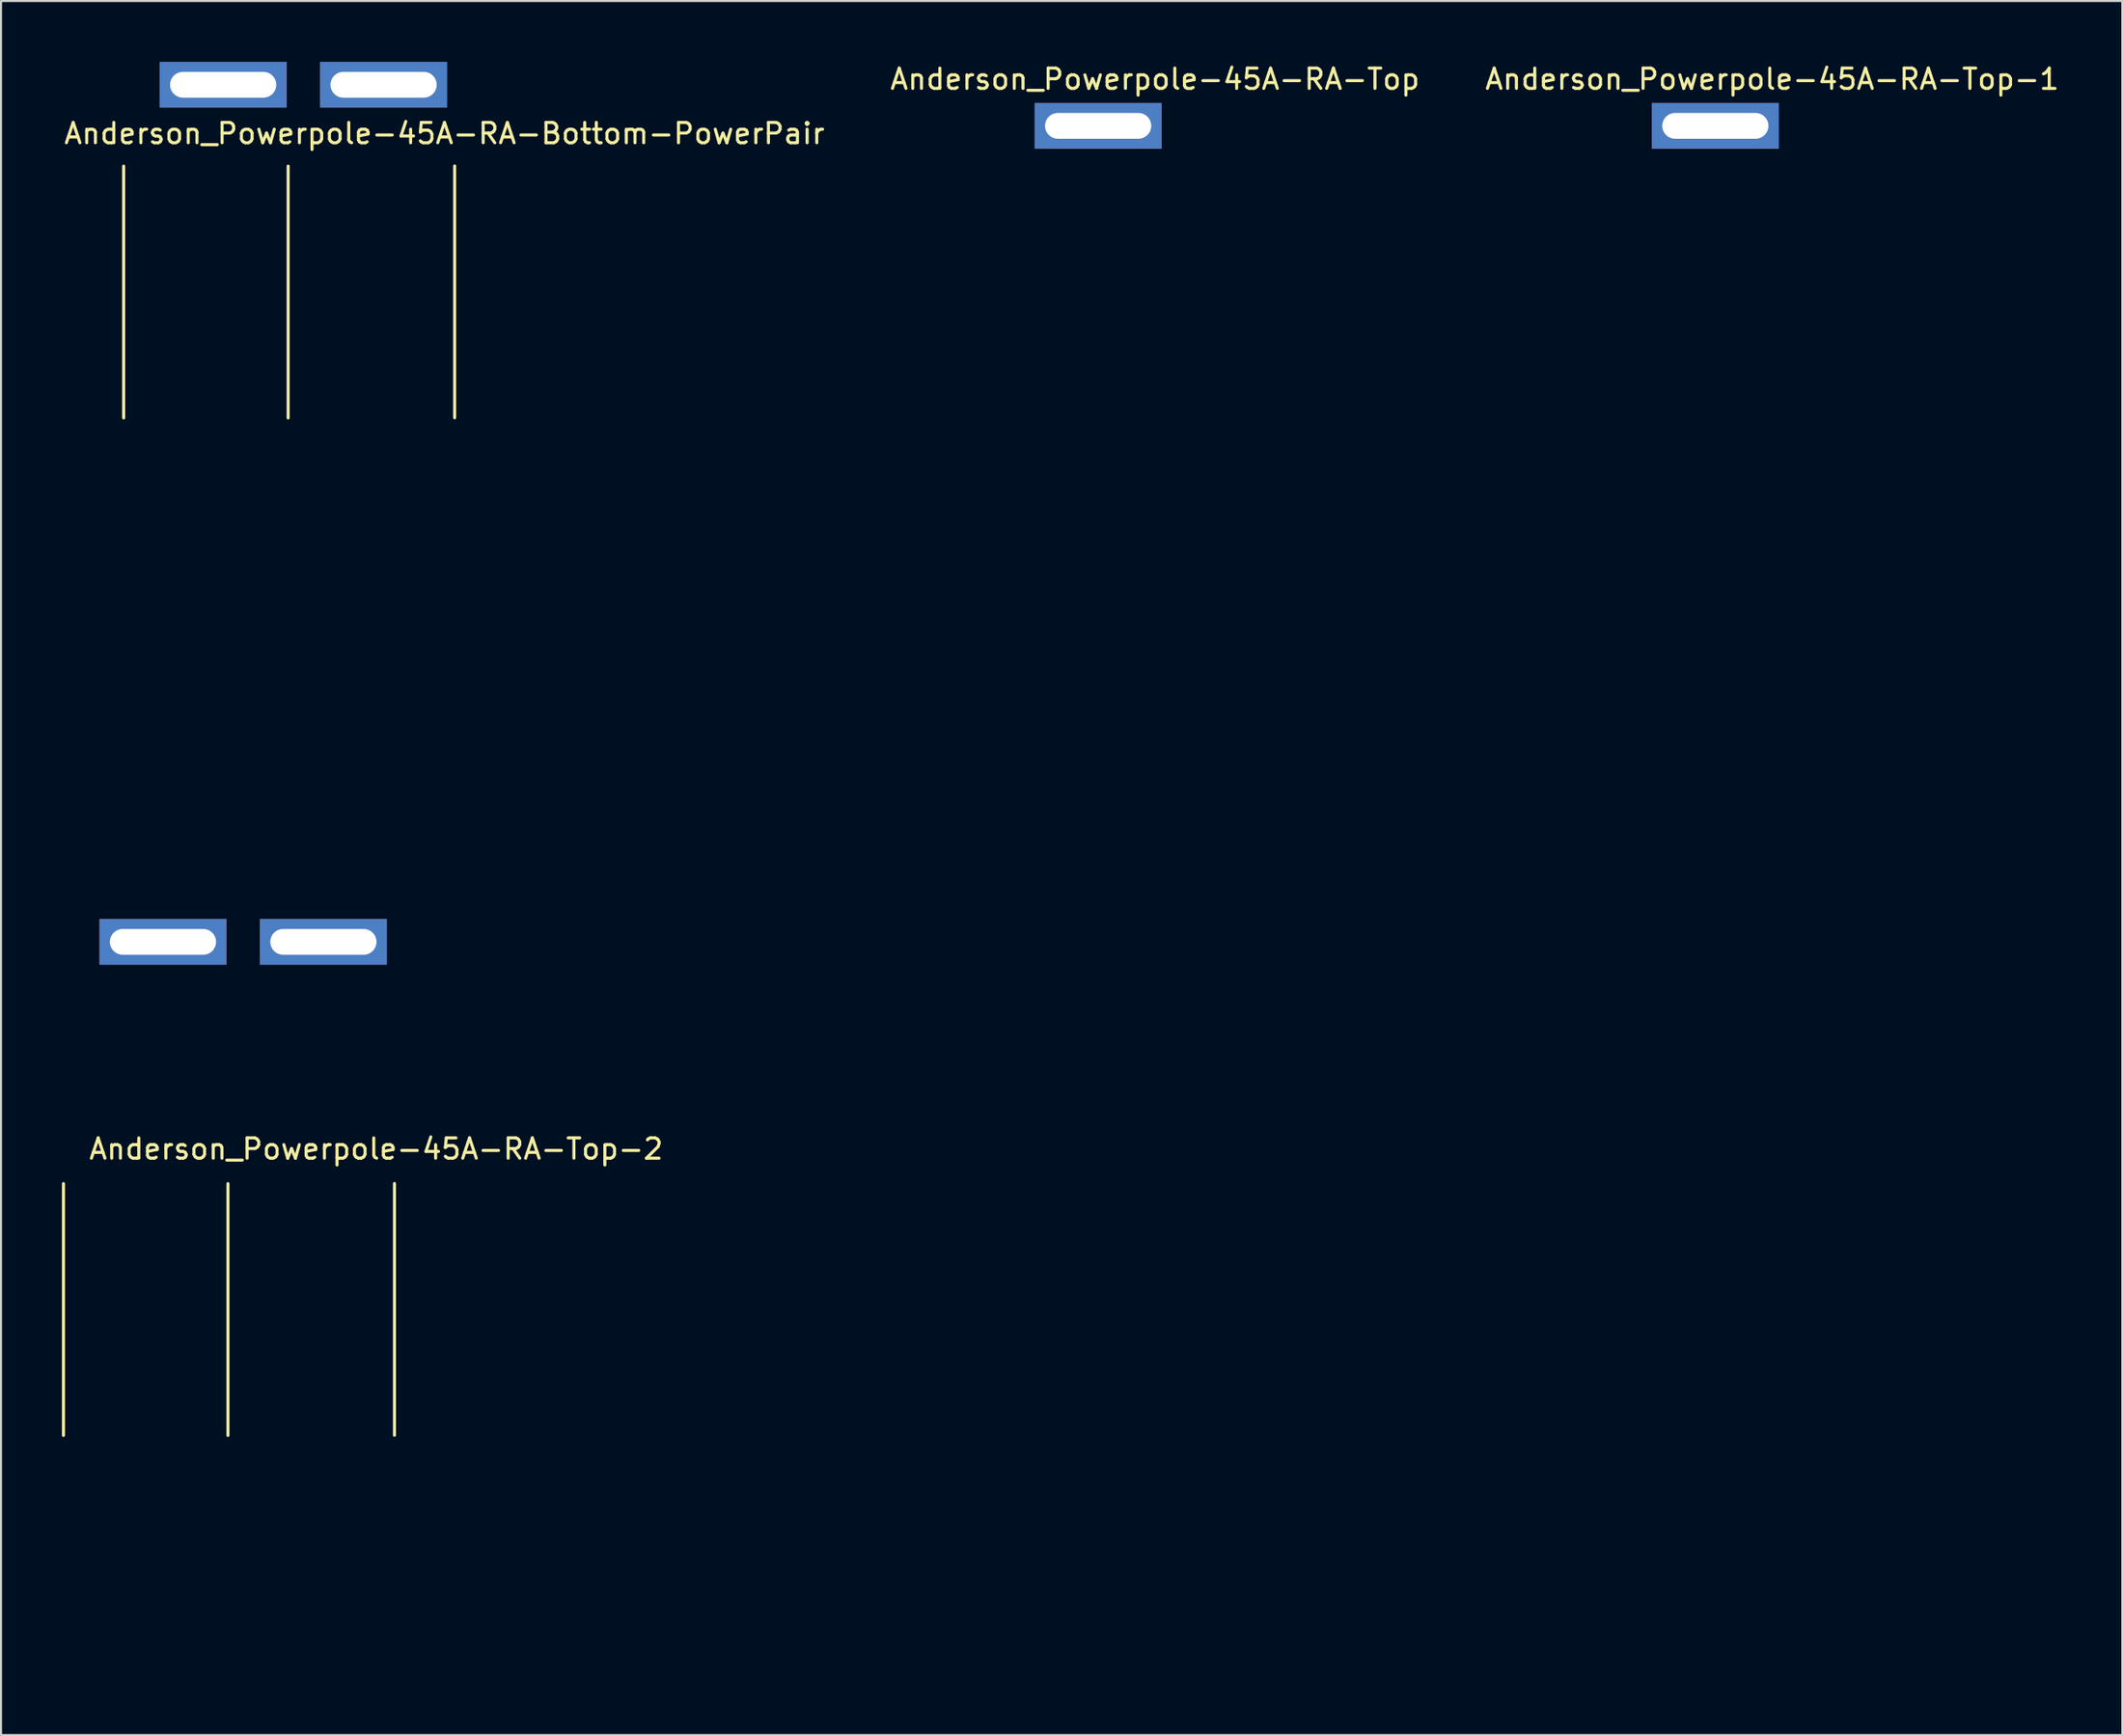
<source format=kicad_pcb>
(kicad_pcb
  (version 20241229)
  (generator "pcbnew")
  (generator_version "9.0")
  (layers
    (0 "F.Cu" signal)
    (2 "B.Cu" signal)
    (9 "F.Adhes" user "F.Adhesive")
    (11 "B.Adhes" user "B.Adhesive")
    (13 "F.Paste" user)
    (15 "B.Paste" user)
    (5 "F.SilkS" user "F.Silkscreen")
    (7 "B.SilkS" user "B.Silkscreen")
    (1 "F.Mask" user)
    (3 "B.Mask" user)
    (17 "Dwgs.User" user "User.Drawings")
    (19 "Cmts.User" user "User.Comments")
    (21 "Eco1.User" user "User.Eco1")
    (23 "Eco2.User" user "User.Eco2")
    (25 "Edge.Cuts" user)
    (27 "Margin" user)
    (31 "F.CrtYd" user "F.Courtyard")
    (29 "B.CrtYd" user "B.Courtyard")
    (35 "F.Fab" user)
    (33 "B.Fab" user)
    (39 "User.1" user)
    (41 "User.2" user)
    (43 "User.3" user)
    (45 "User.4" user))
  (footprint "Anderson_Powerpole-45A-RA-Top"
    (layer "F.Cu")
    (at 51.027 3.148)
    (property "Reference" "Anderson_Powerpole-45A-RA-Top" (at 2.8 -2.3 0) (layer "F.SilkS") (effects (font (size 1 1) (thickness 0.15))))
    (attr through_hole)
    (fp_line (start 0 0) (end 0 34.492) (stroke (width 0.15) (type solid)) (layer "Eco1.User"))
    (fp_line (start 0.25 34.492) (end -0.25 34.492) (stroke (width 0.15) (type solid)) (layer "Eco1.User"))
    (fp_line (start -4.2 11.392) (end 4.2 11.392) (stroke (width 0.15) (type solid)) (layer "Eco2.User"))
    (fp_line (start -4.1 24.792) (end -4.2 11.392) (stroke (width 0.15) (type solid)) (layer "Eco2.User"))
    (fp_line (start -3.95 35.992) (end -4.1 27.392) (stroke (width 0.15) (type solid)) (layer "Eco2.User"))
    (fp_line (start 3.95 35.992) (end -3.95 35.992) (stroke (width 0.15) (type solid)) (layer "Eco2.User"))
    (fp_line (start 3.95 35.992) (end 4.1 27.392) (stroke (width 0.15) (type solid)) (layer "Eco2.User"))
    (fp_line (start 4.1 24.792) (end 4.2 11.392) (stroke (width 0.15) (type solid)) (layer "Eco2.User"))
    (fp_arc (start -4.1 24.792) (mid -3.180761 25.172761) (end -2.8 26.092) (stroke (width 0.15) (type solid)) (layer "Eco2.User"))
    (fp_arc (start -2.8 26.092) (mid -3.180761 27.011239) (end -4.1 27.392) (stroke (width 0.15) (type solid)) (layer "Eco2.User"))
    (fp_arc (start 2.8 26.092) (mid 3.180761 25.172761) (end 4.1 24.792) (stroke (width 0.15) (type solid)) (layer "Eco2.User"))
    (fp_arc (start 4.1 27.392) (mid 3.180761 27.011239) (end 2.8 26.092) (stroke (width 0.15) (type solid)) (layer "Eco2.User"))
    (pad "1" thru_hole rect (at 0 0) (size 6.25 2.25) (drill oval 5.23 1.27) (layers "*.Cu" "*.Mask")))
  (footprint "Anderson_Powerpole-45A-RA-Bottom-PowerPair"
    (layer "F.Cu")
    (at 7.939 1.125)
    (property "Reference" "Anderson_Powerpole-45A-RA-Bottom-PowerPair" (at 10.9 2.4 0) (layer "F.SilkS") (effects (font (size 1 1) (thickness 0.15))))
    (attr through_hole)
    (fp_line (start -4.9 4.008) (end -4.9 16.408) (stroke (width 0.15) (type solid)) (layer "F.SilkS"))
    (fp_line (start 3.2 4.008) (end 3.2 16.408) (stroke (width 0.15) (type solid)) (layer "F.SilkS"))
    (fp_line (start 11.4 4) (end 11.4 16.4) (stroke (width 0.15) (type solid)) (layer "F.SilkS"))
    (fp_line (start 0 0.1) (end 0 26.592) (stroke (width 0.15) (type solid)) (layer "Eco1.User"))
    (fp_line (start 0.25 26.592) (end -0.25 26.592) (stroke (width 0.15) (type solid)) (layer "Eco1.User"))
    (fp_line (start 7.9 0.1) (end 7.9 26.592) (stroke (width 0.15) (type solid)) (layer "Eco1.User"))
    (fp_line (start 8.15 26.592) (end 7.65 26.592) (stroke (width 0.15) (type solid)) (layer "Eco1.User"))
    (fp_line (start -4.2 3.492) (end 4.2 3.492) (stroke (width 0.15) (type solid)) (layer "Eco2.User"))
    (fp_line (start -4.1 16.892) (end -4.2 3.492) (stroke (width 0.15) (type solid)) (layer "Eco2.User"))
    (fp_line (start -3.95 28.092) (end -4.1 19.492) (stroke (width 0.15) (type solid)) (layer "Eco2.User"))
    (fp_line (start 3.7 3.492) (end 12.1 3.492) (stroke (width 0.15) (type solid)) (layer "Eco2.User"))
    (fp_line (start 3.8 16.892) (end 3.7 3.492) (stroke (width 0.15) (type solid)) (layer "Eco2.User"))
    (fp_line (start 3.95 28.092) (end -3.95 28.092) (stroke (width 0.15) (type solid)) (layer "Eco2.User"))
    (fp_line (start 3.95 28.092) (end 3.8 19.492) (stroke (width 0.15) (type solid)) (layer "Eco2.User"))
    (fp_line (start 3.95 28.092) (end 4.1 19.492) (stroke (width 0.15) (type solid)) (layer "Eco2.User"))
    (fp_line (start 4.1 16.892) (end 4.2 3.492) (stroke (width 0.15) (type solid)) (layer "Eco2.User"))
    (fp_line (start 11.85 28.092) (end 3.95 28.092) (stroke (width 0.15) (type solid)) (layer "Eco2.User"))
    (fp_line (start 11.85 28.092) (end 12 19.492) (stroke (width 0.15) (type solid)) (layer "Eco2.User"))
    (fp_line (start 12 16.892) (end 12.1 3.492) (stroke (width 0.15) (type solid)) (layer "Eco2.User"))
    (fp_arc (start -4.1 16.892) (mid -3.180761 17.272761) (end -2.8 18.192) (stroke (width 0.15) (type solid)) (layer "Eco2.User"))
    (fp_arc (start -2.8 18.192) (mid -3.180761 19.111239) (end -4.1 19.492) (stroke (width 0.15) (type solid)) (layer "Eco2.User"))
    (fp_arc (start 2.8 18.192) (mid 3.180761 17.272761) (end 4.1 16.892) (stroke (width 0.15) (type solid)) (layer "Eco2.User"))
    (fp_arc (start 3.8 16.892) (mid 4.719239 17.272761) (end 5.1 18.192) (stroke (width 0.15) (type solid)) (layer "Eco2.User"))
    (fp_arc (start 4.1 19.492) (mid 3.180761 19.111239) (end 2.8 18.192) (stroke (width 0.15) (type solid)) (layer "Eco2.User"))
    (fp_arc (start 5.1 18.192) (mid 4.719239 19.111239) (end 3.8 19.492) (stroke (width 0.15) (type solid)) (layer "Eco2.User"))
    (fp_arc (start 10.7 18.192) (mid 11.080761 17.272761) (end 12 16.892) (stroke (width 0.15) (type solid)) (layer "Eco2.User"))
    (fp_arc (start 12 19.492) (mid 11.080761 19.111239) (end 10.7 18.192) (stroke (width 0.15) (type solid)) (layer "Eco2.User"))
    (fp_text user "Negative" (at 1.3 11 90) (layer "Eco2.User") (effects (font (size 1 1) (thickness 0.15))))
    (fp_text user "Positive" (at 6.8 11.2 90) (layer "Eco2.User") (effects (font (size 1 1) (thickness 0.15))))
    (pad "1" thru_hole rect (at 7.9 0) (size 6.25 2.25) (drill oval 5.23 1.27) (layers "*.Cu" "*.Mask"))
    (pad "2" thru_hole rect (at 0 0) (size 6.25 2.25) (drill oval 5.23 1.27) (layers "*.Cu" "*.Mask")))
  (footprint "Anderson_Powerpole-45A-RA-Top-1"
    (layer "F.Cu")
    (at 81.42 3.148)
    (property "Reference" "Anderson_Powerpole-45A-RA-Top-1" (at 2.8 -2.3 0) (layer "F.SilkS") (effects (font (size 1 1) (thickness 0.15))))
    (attr through_hole)
    (fp_line (start 0 0) (end 0 34.492) (stroke (width 0.15) (type solid)) (layer "Eco1.User"))
    (fp_line (start 0.25 34.492) (end -0.25 34.492) (stroke (width 0.15) (type solid)) (layer "Eco1.User"))
    (fp_line (start -4.2 11.392) (end 4.2 11.392) (stroke (width 0.15) (type solid)) (layer "Eco2.User"))
    (fp_line (start -4.1 24.792) (end -4.2 11.392) (stroke (width 0.15) (type solid)) (layer "Eco2.User"))
    (fp_line (start -3.95 35.992) (end -4.1 27.392) (stroke (width 0.15) (type solid)) (layer "Eco2.User"))
    (fp_line (start 3.95 35.992) (end -3.95 35.992) (stroke (width 0.15) (type solid)) (layer "Eco2.User"))
    (fp_line (start 3.95 35.992) (end 4.1 27.392) (stroke (width 0.15) (type solid)) (layer "Eco2.User"))
    (fp_line (start 4.1 24.792) (end 4.2 11.392) (stroke (width 0.15) (type solid)) (layer "Eco2.User"))
    (fp_arc (start -4.1 24.792) (mid -3.180761 25.172761) (end -2.8 26.092) (stroke (width 0.15) (type solid)) (layer "Eco2.User"))
    (fp_arc (start -2.8 26.092) (mid -3.180761 27.011239) (end -4.1 27.392) (stroke (width 0.15) (type solid)) (layer "Eco2.User"))
    (fp_arc (start 2.8 26.092) (mid 3.180761 25.172761) (end 4.1 24.792) (stroke (width 0.15) (type solid)) (layer "Eco2.User"))
    (fp_arc (start 4.1 27.392) (mid 3.180761 27.011239) (end 2.8 26.092) (stroke (width 0.15) (type solid)) (layer "Eco2.User"))
    (pad "1" thru_hole rect (at 0 0) (size 6.25 2.25) (drill oval 5.23 1.27) (layers "*.Cu" "*.Mask")))
  (footprint "Anderson_Powerpole-45A-RA-Top-2"
    (layer "F.Cu")
    (at 4.975 43.34)
    (property "Reference" "Anderson_Powerpole-45A-RA-Top-2" (at 10.5 10.2 0) (layer "F.SilkS") (effects (font (size 1 1) (thickness 0.15))))
    (attr through_hole)
    (fp_line (start -4.9 11.908) (end -4.9 24.308) (stroke (width 0.15) (type solid)) (layer "F.SilkS"))
    (fp_line (start 3.2 11.908) (end 3.2 24.308) (stroke (width 0.15) (type solid)) (layer "F.SilkS"))
    (fp_line (start 11.4 11.9) (end 11.4 24.3) (stroke (width 0.15) (type solid)) (layer "F.SilkS"))
    (fp_line (start 0 0) (end 0 34.492) (stroke (width 0.15) (type solid)) (layer "Eco1.User"))
    (fp_line (start 0.25 34.492) (end -0.25 34.492) (stroke (width 0.15) (type solid)) (layer "Eco1.User"))
    (fp_line (start 7.9 0) (end 7.9 34.492) (stroke (width 0.15) (type solid)) (layer "Eco1.User"))
    (fp_line (start 8.15 34.492) (end 7.65 34.492) (stroke (width 0.15) (type solid)) (layer "Eco1.User"))
    (fp_line (start -4.2 11.392) (end 4.2 11.392) (stroke (width 0.15) (type solid)) (layer "Eco2.User"))
    (fp_line (start -4.1 24.792) (end -4.2 11.392) (stroke (width 0.15) (type solid)) (layer "Eco2.User"))
    (fp_line (start -3.95 35.992) (end -4.1 27.392) (stroke (width 0.15) (type solid)) (layer "Eco2.User"))
    (fp_line (start 3.7 11.392) (end 12.1 11.392) (stroke (width 0.15) (type solid)) (layer "Eco2.User"))
    (fp_line (start 3.8 24.792) (end 3.7 11.392) (stroke (width 0.15) (type solid)) (layer "Eco2.User"))
    (fp_line (start 3.95 35.992) (end -3.95 35.992) (stroke (width 0.15) (type solid)) (layer "Eco2.User"))
    (fp_line (start 3.95 35.992) (end 3.8 27.392) (stroke (width 0.15) (type solid)) (layer "Eco2.User"))
    (fp_line (start 3.95 35.992) (end 4.1 27.392) (stroke (width 0.15) (type solid)) (layer "Eco2.User"))
    (fp_line (start 4.1 24.792) (end 4.2 11.392) (stroke (width 0.15) (type solid)) (layer "Eco2.User"))
    (fp_line (start 11.85 35.992) (end 3.95 35.992) (stroke (width 0.15) (type solid)) (layer "Eco2.User"))
    (fp_line (start 11.85 35.992) (end 12 27.392) (stroke (width 0.15) (type solid)) (layer "Eco2.User"))
    (fp_line (start 12 24.792) (end 12.1 11.392) (stroke (width 0.15) (type solid)) (layer "Eco2.User"))
    (fp_arc (start -4.1 24.792) (mid -3.180761 25.172761) (end -2.8 26.092) (stroke (width 0.15) (type solid)) (layer "Eco2.User"))
    (fp_arc (start -2.8 26.092) (mid -3.180761 27.011239) (end -4.1 27.392) (stroke (width 0.15) (type solid)) (layer "Eco2.User"))
    (fp_arc (start 2.8 26.092) (mid 3.180761 25.172761) (end 4.1 24.792) (stroke (width 0.15) (type solid)) (layer "Eco2.User"))
    (fp_arc (start 3.8 24.792) (mid 4.719239 25.172761) (end 5.1 26.092) (stroke (width 0.15) (type solid)) (layer "Eco2.User"))
    (fp_arc (start 4.1 27.392) (mid 3.180761 27.011239) (end 2.8 26.092) (stroke (width 0.15) (type solid)) (layer "Eco2.User"))
    (fp_arc (start 5.1 26.092) (mid 4.719239 27.011239) (end 3.8 27.392) (stroke (width 0.15) (type solid)) (layer "Eco2.User"))
    (fp_arc (start 10.7 26.092) (mid 11.080761 25.172761) (end 12 24.792) (stroke (width 0.15) (type solid)) (layer "Eco2.User"))
    (fp_arc (start 12 27.392) (mid 11.080761 27.011239) (end 10.7 26.092) (stroke (width 0.15) (type solid)) (layer "Eco2.User"))
    (pad "1" thru_hole rect (at 0 0) (size 6.25 2.25) (drill oval 5.23 1.27) (layers "*.Cu" "*.Mask"))
    (pad "2" thru_hole rect (at 7.9 0) (size 6.25 2.25) (drill oval 5.23 1.27) (layers "*.Cu" "*.Mask")))
  (gr_rect
    (start -3 -3)
    (end 101.464 82.407)
    (stroke (width 0.1) (type default))
    (fill no)
    (layer "Edge.Cuts")))
</source>
